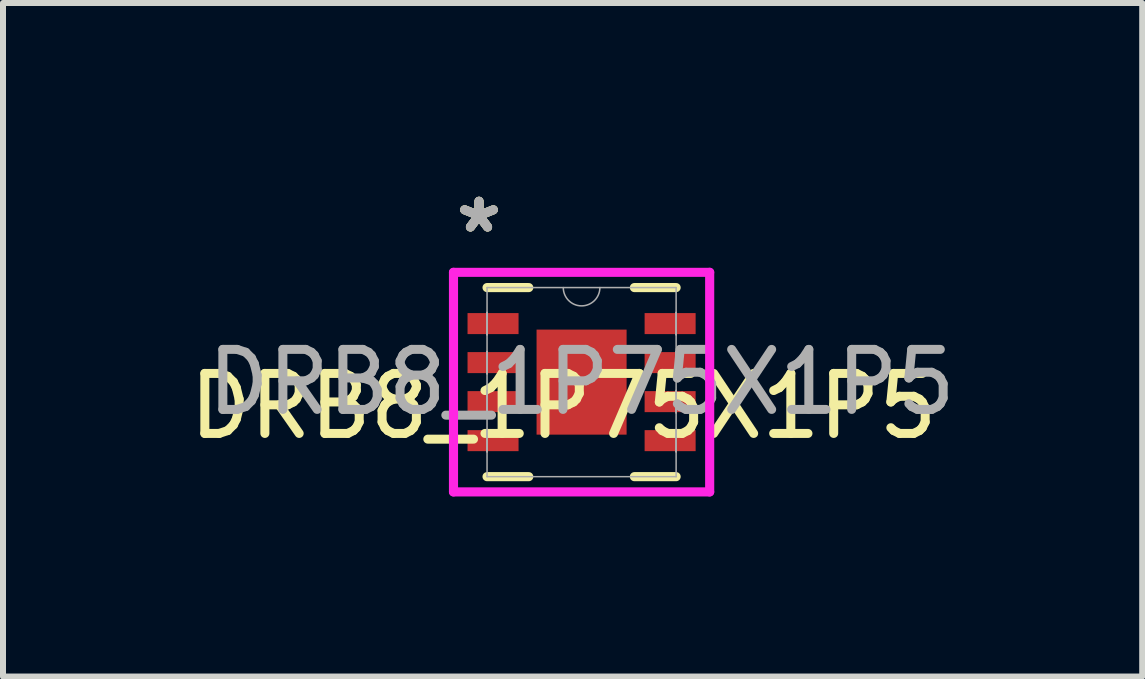
<source format=kicad_pcb>
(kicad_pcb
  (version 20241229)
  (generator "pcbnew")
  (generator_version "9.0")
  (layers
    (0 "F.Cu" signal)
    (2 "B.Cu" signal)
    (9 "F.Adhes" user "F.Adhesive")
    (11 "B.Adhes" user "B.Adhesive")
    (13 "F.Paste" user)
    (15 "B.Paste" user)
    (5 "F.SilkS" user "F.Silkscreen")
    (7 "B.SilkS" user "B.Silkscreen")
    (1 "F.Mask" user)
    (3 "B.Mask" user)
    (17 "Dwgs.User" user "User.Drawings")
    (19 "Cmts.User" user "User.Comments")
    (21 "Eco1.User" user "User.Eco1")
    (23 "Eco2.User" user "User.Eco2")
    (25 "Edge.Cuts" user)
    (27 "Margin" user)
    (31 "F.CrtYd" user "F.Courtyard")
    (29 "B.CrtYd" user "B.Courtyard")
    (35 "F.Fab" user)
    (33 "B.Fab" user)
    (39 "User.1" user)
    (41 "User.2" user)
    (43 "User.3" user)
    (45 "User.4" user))
  (footprint "DRB8_1P75X1P5"
    (layer "F.Cu")
    (at 6.639 3.316)
    (property "Reference" "DRB8_1P75X1P5" (at -0.3 0.4 0) (unlocked yes) (layer "F.SilkS") (effects (font (size 1 1) (thickness 0.15))))
    (attr smd)
    (fp_poly (pts (xy -1.97 -1.22) (xy -1.97 -0.73) (xy -0.98 -0.73) (xy -0.98 -1.22)) (stroke (width 0) (type solid)) (fill yes) (layer "F.Mask"))
    (fp_poly (pts (xy -1.97 -0.57) (xy -1.97 -0.08) (xy -0.98 -0.08) (xy -0.98 -0.57)) (stroke (width 0) (type solid)) (fill yes) (layer "F.Mask"))
    (fp_poly (pts (xy -1.97 0.08) (xy -1.97 0.57) (xy -0.98 0.57) (xy -0.98 0.08)) (stroke (width 0) (type solid)) (fill yes) (layer "F.Mask"))
    (fp_poly (pts (xy -1.97 0.73) (xy -1.97 1.22) (xy -0.98 1.22) (xy -0.98 0.73)) (stroke (width 0) (type solid)) (fill yes) (layer "F.Mask"))
    (fp_poly (pts (xy -0.814 -0.939) (xy -0.2 -0.939) (xy -0.2 0.939) (xy -0.814 0.939)) (stroke (width 0) (type solid)) (fill yes) (layer "F.Mask"))
    (fp_poly (pts (xy -0.814 -0.939) (xy 0.814 -0.939) (xy 0.814 -0.594) (xy -0.814 -0.594)) (stroke (width 0) (type solid)) (fill yes) (layer "F.Mask"))
    (fp_poly (pts (xy -0.814 -0.194) (xy 0.814 -0.194) (xy 0.814 0.194) (xy -0.814 0.194)) (stroke (width 0) (type solid)) (fill yes) (layer "F.Mask"))
    (fp_poly (pts (xy -0.814 0.594) (xy 0.814 0.594) (xy 0.814 0.939) (xy -0.814 0.939)) (stroke (width 0) (type solid)) (fill yes) (layer "F.Mask"))
    (fp_poly (pts (xy 0.2 -0.939) (xy 0.814 -0.939) (xy 0.814 0.939) (xy 0.2 0.939)) (stroke (width 0) (type solid)) (fill yes) (layer "F.Mask"))
    (fp_poly (pts (xy 0.98 -1.22) (xy 0.98 -0.73) (xy 1.97 -0.73) (xy 1.97 -1.22)) (stroke (width 0) (type solid)) (fill yes) (layer "F.Mask"))
    (fp_poly (pts (xy 0.98 -0.57) (xy 0.98 -0.08) (xy 1.97 -0.08) (xy 1.97 -0.57)) (stroke (width 0) (type solid)) (fill yes) (layer "F.Mask"))
    (fp_poly (pts (xy 0.98 0.08) (xy 0.98 0.57) (xy 1.97 0.57) (xy 1.97 0.08)) (stroke (width 0) (type solid)) (fill yes) (layer "F.Mask"))
    (fp_poly (pts (xy 0.98 0.73) (xy 0.98 1.22) (xy 1.97 1.22) (xy 1.97 0.73)) (stroke (width 0) (type solid)) (fill yes) (layer "F.Mask"))
    (fp_line (start -1.575 1.575) (end -0.88 1.575) (stroke (width 0.152) (type solid)) (layer "F.SilkS"))
    (fp_line (start -0.88 -1.575) (end -1.575 -1.575) (stroke (width 0.152) (type solid)) (layer "F.SilkS"))
    (fp_line (start 0.88 1.575) (end 1.575 1.575) (stroke (width 0.152) (type solid)) (layer "F.SilkS"))
    (fp_line (start 1.575 -1.575) (end 0.88 -1.575) (stroke (width 0.152) (type solid)) (layer "F.SilkS"))
    (fp_poly (pts (xy -1.875 -1.125) (xy -1.875 -0.825) (xy -1.075 -0.825) (xy -1.075 -1.125)) (stroke (width 0) (type solid)) (fill yes) (layer "F.Paste"))
    (fp_poly (pts (xy -1.875 -0.475) (xy -1.875 -0.175) (xy -1.075 -0.175) (xy -1.075 -0.475)) (stroke (width 0) (type solid)) (fill yes) (layer "F.Paste"))
    (fp_poly (pts (xy -1.875 0.175) (xy -1.875 0.475) (xy -1.075 0.475) (xy -1.075 0.175)) (stroke (width 0) (type solid)) (fill yes) (layer "F.Paste"))
    (fp_poly (pts (xy -1.875 0.825) (xy -1.875 1.125) (xy -1.075 1.125) (xy -1.075 0.825)) (stroke (width 0) (type solid)) (fill yes) (layer "F.Paste"))
    (fp_poly (pts (xy 1.075 -1.125) (xy 1.075 -0.825) (xy 1.875 -0.825) (xy 1.875 -1.125)) (stroke (width 0) (type solid)) (fill yes) (layer "F.Paste"))
    (fp_poly (pts (xy 1.075 -0.475) (xy 1.075 -0.175) (xy 1.875 -0.175) (xy 1.875 -0.475)) (stroke (width 0) (type solid)) (fill yes) (layer "F.Paste"))
    (fp_poly (pts (xy 1.075 0.175) (xy 1.075 0.475) (xy 1.875 0.475) (xy 1.875 0.175)) (stroke (width 0) (type solid)) (fill yes) (layer "F.Paste"))
    (fp_poly (pts (xy 1.075 0.825) (xy 1.075 1.125) (xy 1.875 1.125) (xy 1.875 0.825)) (stroke (width 0) (type solid)) (fill yes) (layer "F.Paste"))
    (fp_poly (pts (xy -0.675 -0.8) (xy -0.675 -0.494) (xy -0.241 -0.494) (xy -0.1 -0.635) (xy -0.1 -0.8)) (stroke (width 0) (type solid)) (fill yes) (layer "F.Paste"))
    (fp_poly (pts (xy -0.675 0.494) (xy -0.675 0.8) (xy -0.1 0.8) (xy -0.1 0.635) (xy -0.241 0.494)) (stroke (width 0) (type solid)) (fill yes) (layer "F.Paste"))
    (fp_poly (pts (xy 0.1 -0.8) (xy 0.1 -0.635) (xy 0.241 -0.494) (xy 0.675 -0.494) (xy 0.675 -0.8)) (stroke (width 0) (type solid)) (fill yes) (layer "F.Paste"))
    (fp_poly (pts (xy 0.241 0.494) (xy 0.1 0.635) (xy 0.1 0.8) (xy 0.675 0.8) (xy 0.675 0.494)) (stroke (width 0) (type solid)) (fill yes) (layer "F.Paste"))
    (fp_poly (pts (xy -0.675 -0.294) (xy -0.675 0.294) (xy -0.241 0.294) (xy -0.1 0.152) (xy -0.1 -0.152) (xy -0.241 -0.294)) (stroke (width 0) (type solid)) (fill yes) (layer "F.Paste"))
    (fp_poly (pts (xy 0.241 -0.294) (xy 0.1 -0.152) (xy 0.1 0.152) (xy 0.241 0.294) (xy 0.675 0.294) (xy 0.675 -0.294)) (stroke (width 0) (type solid)) (fill yes) (layer "F.Paste"))
    (fp_line (start -2.134 -1.829) (end 2.134 -1.829) (stroke (width 0.152) (type solid)) (layer "F.CrtYd"))
    (fp_line (start -2.134 1.829) (end -2.134 -1.829) (stroke (width 0.152) (type solid)) (layer "F.CrtYd"))
    (fp_line (start 2.134 -1.829) (end 2.134 1.829) (stroke (width 0.152) (type solid)) (layer "F.CrtYd"))
    (fp_line (start 2.134 1.829) (end -2.134 1.829) (stroke (width 0.152) (type solid)) (layer "F.CrtYd"))
    (fp_line (start -1.575 -1.575) (end -1.575 1.575) (stroke (width 0.025) (type solid)) (layer "F.Fab"))
    (fp_line (start -1.575 -1.16) (end -1.575 -1.16) (stroke (width 0.025) (type solid)) (layer "F.Fab"))
    (fp_line (start -1.575 -1.16) (end -1.575 -0.79) (stroke (width 0.025) (type solid)) (layer "F.Fab"))
    (fp_line (start -1.575 -0.79) (end -1.575 -1.16) (stroke (width 0.025) (type solid)) (layer "F.Fab"))
    (fp_line (start -1.575 -0.79) (end -1.575 -0.79) (stroke (width 0.025) (type solid)) (layer "F.Fab"))
    (fp_line (start -1.575 -0.51) (end -1.575 -0.51) (stroke (width 0.025) (type solid)) (layer "F.Fab"))
    (fp_line (start -1.575 -0.51) (end -1.575 -0.14) (stroke (width 0.025) (type solid)) (layer "F.Fab"))
    (fp_line (start -1.575 -0.14) (end -1.575 -0.51) (stroke (width 0.025) (type solid)) (layer "F.Fab"))
    (fp_line (start -1.575 -0.14) (end -1.575 -0.14) (stroke (width 0.025) (type solid)) (layer "F.Fab"))
    (fp_line (start -1.575 0.14) (end -1.575 0.14) (stroke (width 0.025) (type solid)) (layer "F.Fab"))
    (fp_line (start -1.575 0.14) (end -1.575 0.51) (stroke (width 0.025) (type solid)) (layer "F.Fab"))
    (fp_line (start -1.575 0.51) (end -1.575 0.14) (stroke (width 0.025) (type solid)) (layer "F.Fab"))
    (fp_line (start -1.575 0.51) (end -1.575 0.51) (stroke (width 0.025) (type solid)) (layer "F.Fab"))
    (fp_line (start -1.575 0.79) (end -1.575 0.79) (stroke (width 0.025) (type solid)) (layer "F.Fab"))
    (fp_line (start -1.575 0.79) (end -1.575 1.16) (stroke (width 0.025) (type solid)) (layer "F.Fab"))
    (fp_line (start -1.575 1.16) (end -1.575 0.79) (stroke (width 0.025) (type solid)) (layer "F.Fab"))
    (fp_line (start -1.575 1.16) (end -1.575 1.16) (stroke (width 0.025) (type solid)) (layer "F.Fab"))
    (fp_line (start -1.575 1.575) (end 1.575 1.575) (stroke (width 0.025) (type solid)) (layer "F.Fab"))
    (fp_line (start 1.575 -1.575) (end -1.575 -1.575) (stroke (width 0.025) (type solid)) (layer "F.Fab"))
    (fp_line (start 1.575 -1.16) (end 1.575 -1.16) (stroke (width 0.025) (type solid)) (layer "F.Fab"))
    (fp_line (start 1.575 -1.16) (end 1.575 -0.79) (stroke (width 0.025) (type solid)) (layer "F.Fab"))
    (fp_line (start 1.575 -0.79) (end 1.575 -1.16) (stroke (width 0.025) (type solid)) (layer "F.Fab"))
    (fp_line (start 1.575 -0.79) (end 1.575 -0.79) (stroke (width 0.025) (type solid)) (layer "F.Fab"))
    (fp_line (start 1.575 -0.51) (end 1.575 -0.51) (stroke (width 0.025) (type solid)) (layer "F.Fab"))
    (fp_line (start 1.575 -0.51) (end 1.575 -0.14) (stroke (width 0.025) (type solid)) (layer "F.Fab"))
    (fp_line (start 1.575 -0.14) (end 1.575 -0.51) (stroke (width 0.025) (type solid)) (layer "F.Fab"))
    (fp_line (start 1.575 -0.14) (end 1.575 -0.14) (stroke (width 0.025) (type solid)) (layer "F.Fab"))
    (fp_line (start 1.575 0.14) (end 1.575 0.14) (stroke (width 0.025) (type solid)) (layer "F.Fab"))
    (fp_line (start 1.575 0.14) (end 1.575 0.51) (stroke (width 0.025) (type solid)) (layer "F.Fab"))
    (fp_line (start 1.575 0.51) (end 1.575 0.14) (stroke (width 0.025) (type solid)) (layer "F.Fab"))
    (fp_line (start 1.575 0.51) (end 1.575 0.51) (stroke (width 0.025) (type solid)) (layer "F.Fab"))
    (fp_line (start 1.575 0.79) (end 1.575 0.79) (stroke (width 0.025) (type solid)) (layer "F.Fab"))
    (fp_line (start 1.575 0.79) (end 1.575 1.16) (stroke (width 0.025) (type solid)) (layer "F.Fab"))
    (fp_line (start 1.575 1.16) (end 1.575 0.79) (stroke (width 0.025) (type solid)) (layer "F.Fab"))
    (fp_line (start 1.575 1.16) (end 1.575 1.16) (stroke (width 0.025) (type solid)) (layer "F.Fab"))
    (fp_line (start 1.575 1.575) (end 1.575 -1.575) (stroke (width 0.025) (type solid)) (layer "F.Fab"))
    (fp_arc (start 0.3048 -1.574999) (mid 0 -1.270199) (end -0.3048 -1.574999) (stroke (width 0.0254) (type solid)) (layer "F.Fab"))
    (fp_text user "*" (at -1.709 -2.468 0) (unlocked yes) (layer "F.SilkS") (effects (font (size 1 1) (thickness 0.15))))
    (fp_text user "*" (at -1.709 -2.468 0) (layer "F.SilkS") (effects (font (size 1 1) (thickness 0.15))))
    (fp_text user "*" (at -1.709 -2.468 0) (layer "F.Fab") (effects (font (size 1 1) (thickness 0.15))))
    (fp_text user "${REFERENCE}" (at 0 0 0) (unlocked yes) (layer "F.Fab") (effects (font (size 1 1) (thickness 0.15))))
    (fp_text user "*" (at -1.709 -2.468 0) (unlocked yes) (layer "F.Fab") (effects (font (size 1 1) (thickness 0.15))))
    (pad "1" smd rect (at -1.475 -0.975) (size 0.85 0.35) (layers "F.Cu" "F.Mask"))
    (pad "2" smd rect (at -1.475 -0.325) (size 0.85 0.35) (layers "F.Cu" "F.Mask"))
    (pad "3" smd rect (at -1.475 0.325) (size 0.85 0.35) (layers "F.Cu" "F.Mask"))
    (pad "4" smd rect (at -1.475 0.975) (size 0.85 0.35) (layers "F.Cu" "F.Mask"))
    (pad "5" smd rect (at 1.475 0.975) (size 0.85 0.35) (layers "F.Cu" "F.Mask"))
    (pad "6" smd rect (at 1.475 0.325) (size 0.85 0.35) (layers "F.Cu" "F.Mask"))
    (pad "7" smd rect (at 1.475 -0.325) (size 0.85 0.35) (layers "F.Cu" "F.Mask"))
    (pad "8" smd rect (at 1.475 -0.975) (size 0.85 0.35) (layers "F.Cu" "F.Mask"))
    (pad "9" smd rect (at 0 0) (size 1.5 1.75) (layers "F.Cu")))
  (gr_rect
    (start -3 -3)
    (end 15.979 8.221)
    (stroke (width 0.1) (type default))
    (fill no)
    (layer "Edge.Cuts")))
</source>
